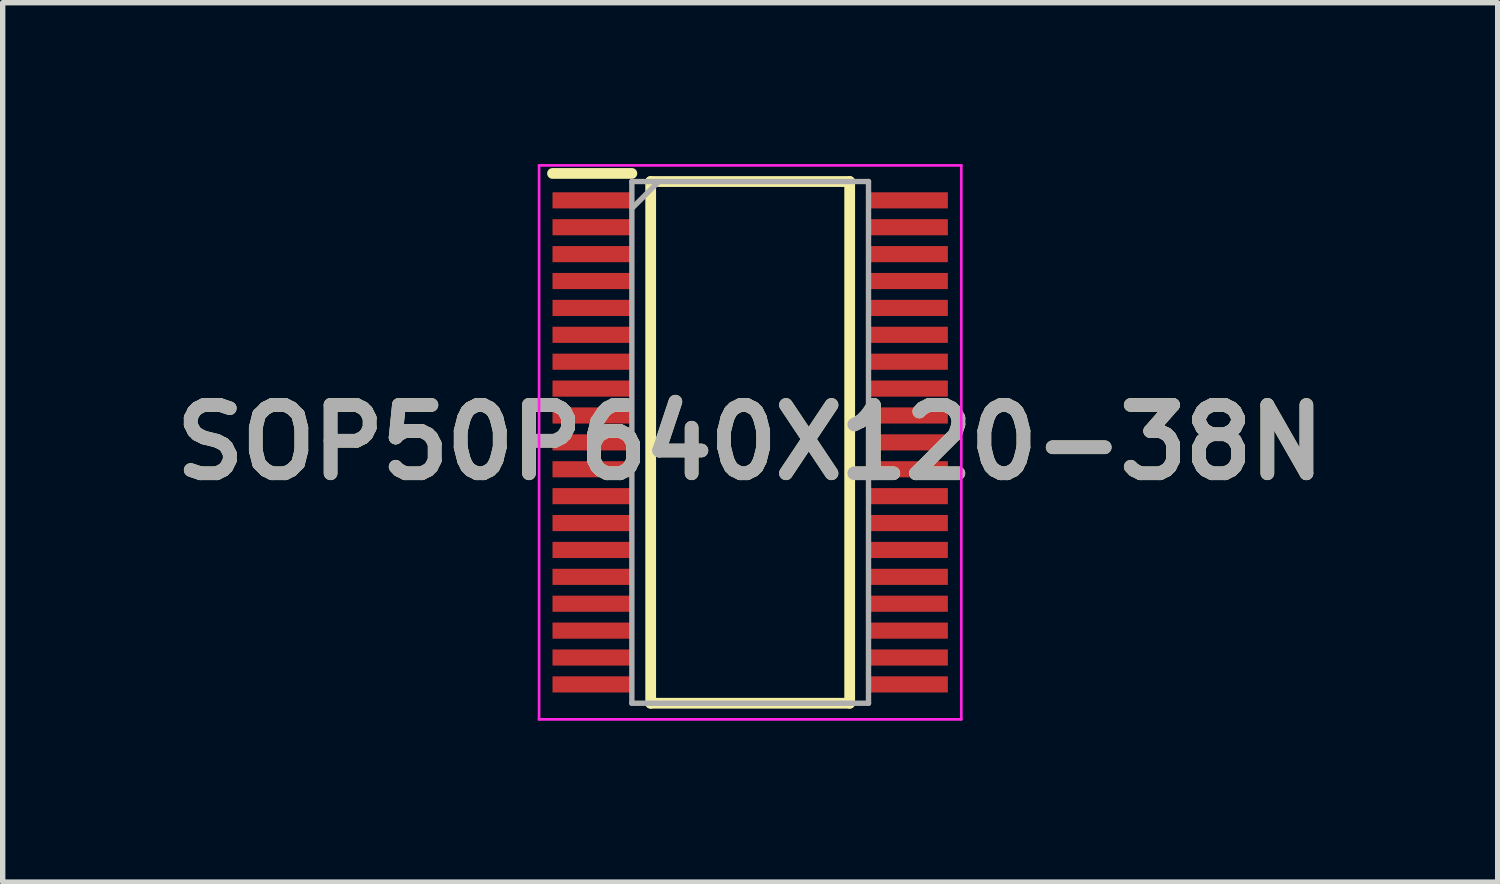
<source format=kicad_pcb>
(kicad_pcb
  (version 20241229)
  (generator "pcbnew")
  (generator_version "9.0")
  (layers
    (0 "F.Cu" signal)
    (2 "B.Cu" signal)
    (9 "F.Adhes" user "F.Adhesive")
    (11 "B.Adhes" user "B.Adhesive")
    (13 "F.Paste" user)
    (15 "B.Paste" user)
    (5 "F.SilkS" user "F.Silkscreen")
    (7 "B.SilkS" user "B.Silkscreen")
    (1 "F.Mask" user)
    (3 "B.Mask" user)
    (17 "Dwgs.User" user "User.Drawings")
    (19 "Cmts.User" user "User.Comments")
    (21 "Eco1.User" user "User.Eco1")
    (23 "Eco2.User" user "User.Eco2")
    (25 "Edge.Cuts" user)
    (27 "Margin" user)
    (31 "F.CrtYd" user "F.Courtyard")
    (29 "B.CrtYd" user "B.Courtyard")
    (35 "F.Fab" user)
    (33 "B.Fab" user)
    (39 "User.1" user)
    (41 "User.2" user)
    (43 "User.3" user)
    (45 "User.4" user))
  (footprint "SOP50P640X120-38N"
    (layer "F.Cu")
    (at 10.898 5.175)
    (property "Reference" "SOP50P640X120-38N" (at 0 0 0) (layer "F.SilkS") (effects (font (size 1.27 1.27) (thickness 0.254))))
    (attr smd)
    (fp_line (start -3.675 -5) (end -2.2 -5) (stroke (width 0.2) (type solid)) (layer "F.SilkS"))
    (fp_line (start -1.85 -4.85) (end 1.85 -4.85) (stroke (width 0.2) (type solid)) (layer "F.SilkS"))
    (fp_line (start -1.85 4.85) (end -1.85 -4.85) (stroke (width 0.2) (type solid)) (layer "F.SilkS"))
    (fp_line (start 1.85 -4.85) (end 1.85 4.85) (stroke (width 0.2) (type solid)) (layer "F.SilkS"))
    (fp_line (start 1.85 4.85) (end -1.85 4.85) (stroke (width 0.2) (type solid)) (layer "F.SilkS"))
    (fp_line (start -3.925 -5.15) (end 3.925 -5.15) (stroke (width 0.05) (type solid)) (layer "F.CrtYd"))
    (fp_line (start -3.925 5.15) (end -3.925 -5.15) (stroke (width 0.05) (type solid)) (layer "F.CrtYd"))
    (fp_line (start 3.925 -5.15) (end 3.925 5.15) (stroke (width 0.05) (type solid)) (layer "F.CrtYd"))
    (fp_line (start 3.925 5.15) (end -3.925 5.15) (stroke (width 0.05) (type solid)) (layer "F.CrtYd"))
    (fp_line (start -2.2 -4.85) (end 2.2 -4.85) (stroke (width 0.1) (type solid)) (layer "F.Fab"))
    (fp_line (start -2.2 -4.35) (end -1.7 -4.85) (stroke (width 0.1) (type solid)) (layer "F.Fab"))
    (fp_line (start -2.2 4.85) (end -2.2 -4.85) (stroke (width 0.1) (type solid)) (layer "F.Fab"))
    (fp_line (start 2.2 -4.85) (end 2.2 4.85) (stroke (width 0.1) (type solid)) (layer "F.Fab"))
    (fp_line (start 2.2 4.85) (end -2.2 4.85) (stroke (width 0.1) (type solid)) (layer "F.Fab"))
    (fp_text user "${REFERENCE}" (at 0 0 0) (layer "F.Fab") (effects (font (size 1.27 1.27) (thickness 0.254))))
    (pad "1" smd rect (at -2.938 -4.5 90) (size 0.3 1.475) (layers "F.Cu" "F.Mask" "F.Paste"))
    (pad "2" smd rect (at -2.938 -4 90) (size 0.3 1.475) (layers "F.Cu" "F.Mask" "F.Paste"))
    (pad "3" smd rect (at -2.938 -3.5 90) (size 0.3 1.475) (layers "F.Cu" "F.Mask" "F.Paste"))
    (pad "4" smd rect (at -2.938 -3 90) (size 0.3 1.475) (layers "F.Cu" "F.Mask" "F.Paste"))
    (pad "5" smd rect (at -2.938 -2.5 90) (size 0.3 1.475) (layers "F.Cu" "F.Mask" "F.Paste"))
    (pad "6" smd rect (at -2.938 -2 90) (size 0.3 1.475) (layers "F.Cu" "F.Mask" "F.Paste"))
    (pad "7" smd rect (at -2.938 -1.5 90) (size 0.3 1.475) (layers "F.Cu" "F.Mask" "F.Paste"))
    (pad "8" smd rect (at -2.938 -1 90) (size 0.3 1.475) (layers "F.Cu" "F.Mask" "F.Paste"))
    (pad "9" smd rect (at -2.938 -0.5 90) (size 0.3 1.475) (layers "F.Cu" "F.Mask" "F.Paste"))
    (pad "10" smd rect (at -2.938 0 90) (size 0.3 1.475) (layers "F.Cu" "F.Mask" "F.Paste"))
    (pad "11" smd rect (at -2.938 0.5 90) (size 0.3 1.475) (layers "F.Cu" "F.Mask" "F.Paste"))
    (pad "12" smd rect (at -2.938 1 90) (size 0.3 1.475) (layers "F.Cu" "F.Mask" "F.Paste"))
    (pad "13" smd rect (at -2.938 1.5 90) (size 0.3 1.475) (layers "F.Cu" "F.Mask" "F.Paste"))
    (pad "14" smd rect (at -2.938 2 90) (size 0.3 1.475) (layers "F.Cu" "F.Mask" "F.Paste"))
    (pad "15" smd rect (at -2.938 2.5 90) (size 0.3 1.475) (layers "F.Cu" "F.Mask" "F.Paste"))
    (pad "16" smd rect (at -2.938 3 90) (size 0.3 1.475) (layers "F.Cu" "F.Mask" "F.Paste"))
    (pad "17" smd rect (at -2.938 3.5 90) (size 0.3 1.475) (layers "F.Cu" "F.Mask" "F.Paste"))
    (pad "18" smd rect (at -2.938 4 90) (size 0.3 1.475) (layers "F.Cu" "F.Mask" "F.Paste"))
    (pad "19" smd rect (at -2.938 4.5 90) (size 0.3 1.475) (layers "F.Cu" "F.Mask" "F.Paste"))
    (pad "20" smd rect (at 2.938 4.5 90) (size 0.3 1.475) (layers "F.Cu" "F.Mask" "F.Paste"))
    (pad "21" smd rect (at 2.938 4 90) (size 0.3 1.475) (layers "F.Cu" "F.Mask" "F.Paste"))
    (pad "22" smd rect (at 2.938 3.5 90) (size 0.3 1.475) (layers "F.Cu" "F.Mask" "F.Paste"))
    (pad "23" smd rect (at 2.938 3 90) (size 0.3 1.475) (layers "F.Cu" "F.Mask" "F.Paste"))
    (pad "24" smd rect (at 2.938 2.5 90) (size 0.3 1.475) (layers "F.Cu" "F.Mask" "F.Paste"))
    (pad "25" smd rect (at 2.938 2 90) (size 0.3 1.475) (layers "F.Cu" "F.Mask" "F.Paste"))
    (pad "26" smd rect (at 2.938 1.5 90) (size 0.3 1.475) (layers "F.Cu" "F.Mask" "F.Paste"))
    (pad "27" smd rect (at 2.938 1 90) (size 0.3 1.475) (layers "F.Cu" "F.Mask" "F.Paste"))
    (pad "28" smd rect (at 2.938 0.5 90) (size 0.3 1.475) (layers "F.Cu" "F.Mask" "F.Paste"))
    (pad "29" smd rect (at 2.938 0 90) (size 0.3 1.475) (layers "F.Cu" "F.Mask" "F.Paste"))
    (pad "30" smd rect (at 2.938 -0.5 90) (size 0.3 1.475) (layers "F.Cu" "F.Mask" "F.Paste"))
    (pad "31" smd rect (at 2.938 -1 90) (size 0.3 1.475) (layers "F.Cu" "F.Mask" "F.Paste"))
    (pad "32" smd rect (at 2.938 -1.5 90) (size 0.3 1.475) (layers "F.Cu" "F.Mask" "F.Paste"))
    (pad "33" smd rect (at 2.938 -2 90) (size 0.3 1.475) (layers "F.Cu" "F.Mask" "F.Paste"))
    (pad "34" smd rect (at 2.938 -2.5 90) (size 0.3 1.475) (layers "F.Cu" "F.Mask" "F.Paste"))
    (pad "35" smd rect (at 2.938 -3 90) (size 0.3 1.475) (layers "F.Cu" "F.Mask" "F.Paste"))
    (pad "36" smd rect (at 2.938 -3.5 90) (size 0.3 1.475) (layers "F.Cu" "F.Mask" "F.Paste"))
    (pad "37" smd rect (at 2.938 -4 90) (size 0.3 1.475) (layers "F.Cu" "F.Mask" "F.Paste"))
    (pad "38" smd rect (at 2.938 -4.5 90) (size 0.3 1.475) (layers "F.Cu" "F.Mask" "F.Paste")))
  (gr_rect
    (start -3 -3)
    (end 24.796 13.35)
    (stroke (width 0.1) (type default))
    (fill no)
    (layer "Edge.Cuts")))
</source>
